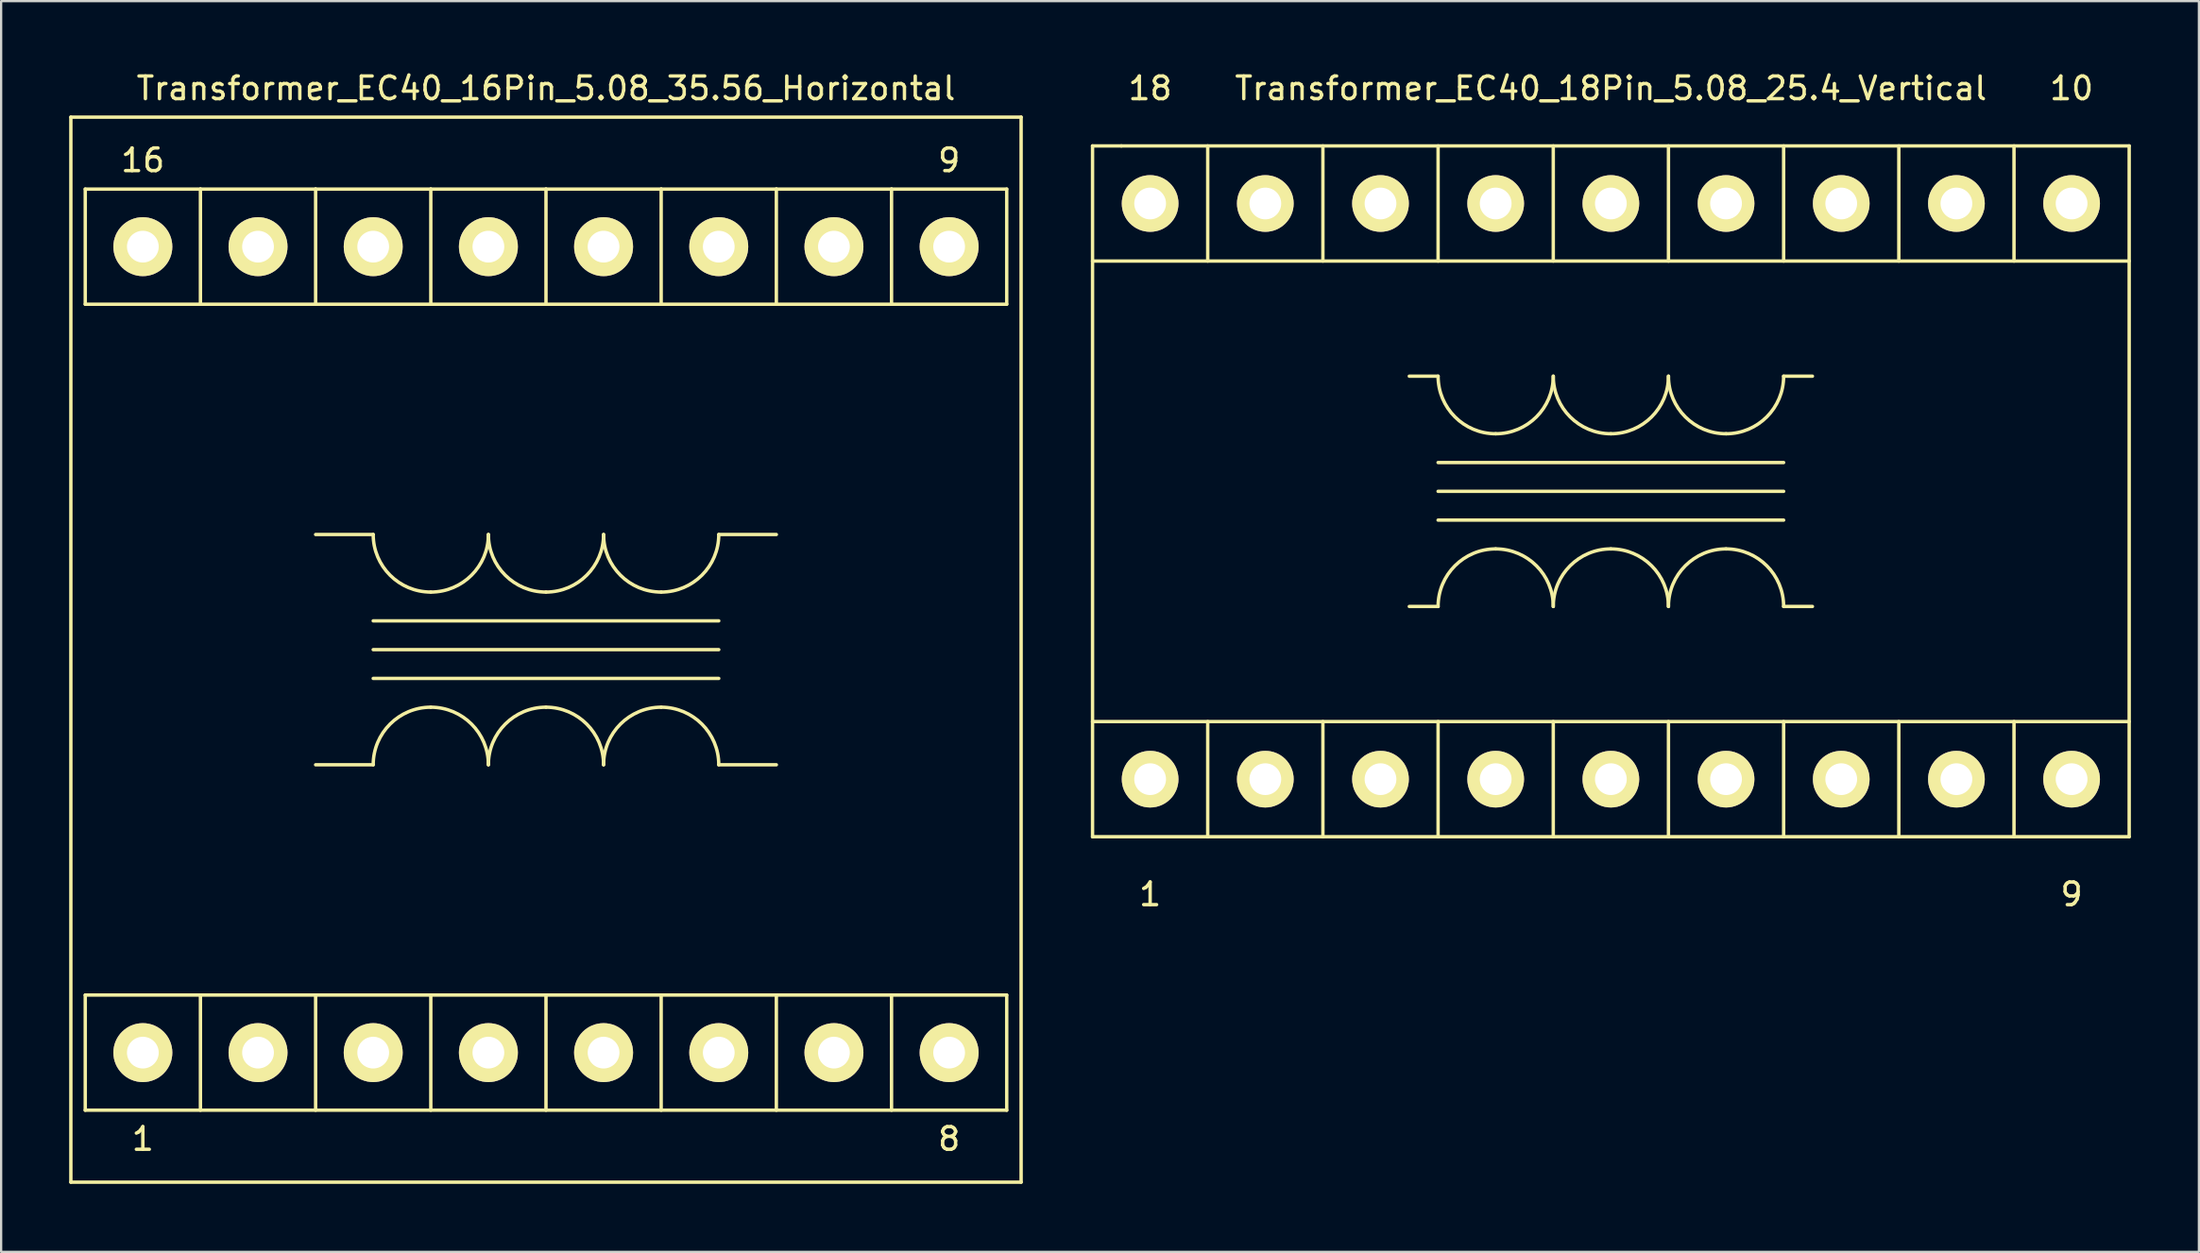
<source format=kicad_pcb>
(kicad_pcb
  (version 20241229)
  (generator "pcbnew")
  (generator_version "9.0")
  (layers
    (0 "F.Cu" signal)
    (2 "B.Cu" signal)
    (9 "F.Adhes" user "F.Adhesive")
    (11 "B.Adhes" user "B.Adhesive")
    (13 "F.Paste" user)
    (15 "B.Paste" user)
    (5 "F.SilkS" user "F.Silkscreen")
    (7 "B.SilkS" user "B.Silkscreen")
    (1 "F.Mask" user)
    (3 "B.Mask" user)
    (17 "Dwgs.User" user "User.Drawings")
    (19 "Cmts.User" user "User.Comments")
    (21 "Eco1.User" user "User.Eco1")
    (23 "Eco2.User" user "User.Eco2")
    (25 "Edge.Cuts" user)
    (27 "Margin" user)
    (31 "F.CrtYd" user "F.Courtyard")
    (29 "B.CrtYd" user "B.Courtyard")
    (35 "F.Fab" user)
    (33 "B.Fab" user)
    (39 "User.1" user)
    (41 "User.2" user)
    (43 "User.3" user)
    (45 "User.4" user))
  (footprint "Transformer_EC40_16Pin_5.08_35.56_Horizontal"
    (layer "F.Cu")
    (at 21.03 25.613)
    (property "Reference" "Transformer_EC40_16Pin_5.08_35.56_Horizontal" (at 0 -24.765 0) (layer "F.SilkS") (effects (font (size 1 1) (thickness 0.15))))
    (attr through_hole)
    (fp_line (start -20.955 -23.495) (end 20.955 -23.495) (stroke (width 0.15) (type solid)) (layer "F.SilkS"))
    (fp_line (start -20.955 23.495) (end -20.955 -23.495) (stroke (width 0.15) (type solid)) (layer "F.SilkS"))
    (fp_line (start -20.32 -20.32) (end -15.24 -20.32) (stroke (width 0.15) (type solid)) (layer "F.SilkS"))
    (fp_line (start -20.32 -15.24) (end -20.32 -20.32) (stroke (width 0.15) (type solid)) (layer "F.SilkS"))
    (fp_line (start -20.32 15.24) (end 20.32 15.24) (stroke (width 0.15) (type solid)) (layer "F.SilkS"))
    (fp_line (start -20.32 20.32) (end -20.32 15.24) (stroke (width 0.15) (type solid)) (layer "F.SilkS"))
    (fp_line (start -20.32 20.32) (end 20.32 20.32) (stroke (width 0.15) (type solid)) (layer "F.SilkS"))
    (fp_line (start -15.24 -20.32) (end -15.24 -15.24) (stroke (width 0.15) (type solid)) (layer "F.SilkS"))
    (fp_line (start -15.24 -20.32) (end -10.16 -20.32) (stroke (width 0.15) (type solid)) (layer "F.SilkS"))
    (fp_line (start -15.24 15.24) (end -15.24 20.32) (stroke (width 0.15) (type solid)) (layer "F.SilkS"))
    (fp_line (start -10.16 -20.32) (end -10.16 -15.24) (stroke (width 0.15) (type solid)) (layer "F.SilkS"))
    (fp_line (start -10.16 -20.32) (end -5.08 -20.32) (stroke (width 0.15) (type solid)) (layer "F.SilkS"))
    (fp_line (start -10.16 -5.08) (end -7.62 -5.08) (stroke (width 0.15) (type solid)) (layer "F.SilkS"))
    (fp_line (start -10.16 5.08) (end -7.62 5.08) (stroke (width 0.15) (type solid)) (layer "F.SilkS"))
    (fp_line (start -10.16 15.24) (end -10.16 20.32) (stroke (width 0.15) (type solid)) (layer "F.SilkS"))
    (fp_line (start -7.62 -1.27) (end 7.62 -1.27) (stroke (width 0.15) (type solid)) (layer "F.SilkS"))
    (fp_line (start -7.62 0) (end 7.62 0) (stroke (width 0.15) (type solid)) (layer "F.SilkS"))
    (fp_line (start -7.62 1.27) (end 7.62 1.27) (stroke (width 0.15) (type solid)) (layer "F.SilkS"))
    (fp_line (start -5.08 -20.32) (end -5.08 -15.24) (stroke (width 0.15) (type solid)) (layer "F.SilkS"))
    (fp_line (start -5.08 -20.32) (end 0 -20.32) (stroke (width 0.15) (type solid)) (layer "F.SilkS"))
    (fp_line (start -5.08 15.24) (end -5.08 20.32) (stroke (width 0.15) (type solid)) (layer "F.SilkS"))
    (fp_line (start 0 -20.32) (end 0 -15.24) (stroke (width 0.15) (type solid)) (layer "F.SilkS"))
    (fp_line (start 0 -20.32) (end 5.08 -20.32) (stroke (width 0.15) (type solid)) (layer "F.SilkS"))
    (fp_line (start 0 15.24) (end 0 20.32) (stroke (width 0.15) (type solid)) (layer "F.SilkS"))
    (fp_line (start 5.08 -20.32) (end 5.08 -15.24) (stroke (width 0.15) (type solid)) (layer "F.SilkS"))
    (fp_line (start 5.08 -20.32) (end 10.16 -20.32) (stroke (width 0.15) (type solid)) (layer "F.SilkS"))
    (fp_line (start 5.08 15.24) (end 5.08 20.32) (stroke (width 0.15) (type solid)) (layer "F.SilkS"))
    (fp_line (start 7.62 -5.08) (end 10.16 -5.08) (stroke (width 0.15) (type solid)) (layer "F.SilkS"))
    (fp_line (start 7.62 5.08) (end 10.16 5.08) (stroke (width 0.15) (type solid)) (layer "F.SilkS"))
    (fp_line (start 10.16 -20.32) (end 10.16 -15.24) (stroke (width 0.15) (type solid)) (layer "F.SilkS"))
    (fp_line (start 10.16 -20.32) (end 15.24 -20.32) (stroke (width 0.15) (type solid)) (layer "F.SilkS"))
    (fp_line (start 10.16 15.24) (end 10.16 20.32) (stroke (width 0.15) (type solid)) (layer "F.SilkS"))
    (fp_line (start 15.24 -20.32) (end 15.24 -15.24) (stroke (width 0.15) (type solid)) (layer "F.SilkS"))
    (fp_line (start 15.24 -20.32) (end 20.32 -20.32) (stroke (width 0.15) (type solid)) (layer "F.SilkS"))
    (fp_line (start 15.24 15.24) (end 15.24 20.32) (stroke (width 0.15) (type solid)) (layer "F.SilkS"))
    (fp_line (start 20.32 -20.32) (end 20.32 -15.24) (stroke (width 0.15) (type solid)) (layer "F.SilkS"))
    (fp_line (start 20.32 -15.24) (end -20.32 -15.24) (stroke (width 0.15) (type solid)) (layer "F.SilkS"))
    (fp_line (start 20.32 20.32) (end 20.32 15.24) (stroke (width 0.15) (type solid)) (layer "F.SilkS"))
    (fp_line (start 20.955 -23.495) (end 20.955 23.495) (stroke (width 0.15) (type solid)) (layer "F.SilkS"))
    (fp_line (start 20.955 23.495) (end -20.955 23.495) (stroke (width 0.15) (type solid)) (layer "F.SilkS"))
    (fp_arc (start -7.62 5.08) (mid -6.876051 3.283949) (end -5.08 2.54) (stroke (width 0.15) (type solid)) (layer "F.SilkS"))
    (fp_arc (start -5.08 -2.54) (mid -6.876051 -3.283949) (end -7.62 -5.08) (stroke (width 0.15) (type solid)) (layer "F.SilkS"))
    (fp_arc (start -5.08 2.54) (mid -3.283949 3.283949) (end -2.54 5.08) (stroke (width 0.15) (type solid)) (layer "F.SilkS"))
    (fp_arc (start -2.54 -5.08) (mid -3.283949 -3.283949) (end -5.08 -2.54) (stroke (width 0.15) (type solid)) (layer "F.SilkS"))
    (fp_arc (start -2.54 5.08) (mid -1.796051 3.283949) (end 0 2.54) (stroke (width 0.15) (type solid)) (layer "F.SilkS"))
    (fp_arc (start 0 -2.54) (mid -1.796051 -3.283949) (end -2.54 -5.08) (stroke (width 0.15) (type solid)) (layer "F.SilkS"))
    (fp_arc (start 0 2.54) (mid 1.796051 3.283949) (end 2.54 5.08) (stroke (width 0.15) (type solid)) (layer "F.SilkS"))
    (fp_arc (start 2.54 -5.08) (mid 1.796051 -3.283949) (end 0 -2.54) (stroke (width 0.15) (type solid)) (layer "F.SilkS"))
    (fp_arc (start 2.54 5.08) (mid 3.283949 3.283949) (end 5.08 2.54) (stroke (width 0.15) (type solid)) (layer "F.SilkS"))
    (fp_arc (start 5.08 -2.54) (mid 3.283949 -3.283949) (end 2.54 -5.08) (stroke (width 0.15) (type solid)) (layer "F.SilkS"))
    (fp_arc (start 5.08 2.54) (mid 6.876051 3.283949) (end 7.62 5.08) (stroke (width 0.15) (type solid)) (layer "F.SilkS"))
    (fp_arc (start 7.62 -5.08) (mid 6.876051 -3.283949) (end 5.08 -2.54) (stroke (width 0.15) (type solid)) (layer "F.SilkS"))
    (fp_text user "8" (at 17.78 21.59 0) (layer "F.SilkS") (effects (font (size 1 1) (thickness 0.15))))
    (fp_text user "1" (at -17.78 21.59 0) (layer "F.SilkS") (effects (font (size 1 1) (thickness 0.15))))
    (fp_text user "9" (at 17.78 -21.59 0) (layer "F.SilkS") (effects (font (size 1 1) (thickness 0.15))))
    (fp_text user "16" (at -17.78 -21.59 0) (layer "F.SilkS") (effects (font (size 1 1) (thickness 0.15))))
    (pad "1" thru_hole circle (at -17.78 17.78) (size 2.6 2.6) (drill 1.4) (layers "*.Cu" "*.Mask" "F.SilkS"))
    (pad "2" thru_hole circle (at -12.7 17.78) (size 2.6 2.6) (drill 1.4) (layers "*.Cu" "*.Mask" "F.SilkS"))
    (pad "3" thru_hole circle (at -7.62 17.78) (size 2.6 2.6) (drill 1.4) (layers "*.Cu" "*.Mask" "F.SilkS"))
    (pad "4" thru_hole circle (at -2.54 17.78) (size 2.6 2.6) (drill 1.4) (layers "*.Cu" "*.Mask" "F.SilkS"))
    (pad "5" thru_hole circle (at 2.54 17.78) (size 2.6 2.6) (drill 1.4) (layers "*.Cu" "*.Mask" "F.SilkS"))
    (pad "6" thru_hole circle (at 7.62 17.78) (size 2.6 2.6) (drill 1.4) (layers "*.Cu" "*.Mask" "F.SilkS"))
    (pad "7" thru_hole circle (at 12.7 17.78) (size 2.6 2.6) (drill 1.4) (layers "*.Cu" "*.Mask" "F.SilkS"))
    (pad "8" thru_hole circle (at 17.78 17.78) (size 2.6 2.6) (drill 1.4) (layers "*.Cu" "*.Mask" "F.SilkS"))
    (pad "9" thru_hole circle (at 17.78 -17.78) (size 2.6 2.6) (drill 1.4) (layers "*.Cu" "*.Mask" "F.SilkS"))
    (pad "10" thru_hole circle (at 12.7 -17.78) (size 2.6 2.6) (drill 1.4) (layers "*.Cu" "*.Mask" "F.SilkS"))
    (pad "11" thru_hole circle (at 7.62 -17.78) (size 2.6 2.6) (drill 1.4) (layers "*.Cu" "*.Mask" "F.SilkS"))
    (pad "12" thru_hole circle (at 2.54 -17.78) (size 2.6 2.6) (drill 1.4) (layers "*.Cu" "*.Mask" "F.SilkS"))
    (pad "13" thru_hole circle (at -2.54 -17.78) (size 2.6 2.6) (drill 1.4) (layers "*.Cu" "*.Mask" "F.SilkS"))
    (pad "14" thru_hole circle (at -7.62 -17.78) (size 2.6 2.6) (drill 1.4) (layers "*.Cu" "*.Mask" "F.SilkS"))
    (pad "15" thru_hole circle (at -12.7 -17.78) (size 2.6 2.6) (drill 1.4) (layers "*.Cu" "*.Mask" "F.SilkS"))
    (pad "16" thru_hole circle (at -17.78 -17.78) (size 2.6 2.6) (drill 1.4) (layers "*.Cu" "*.Mask" "F.SilkS")))
  (footprint "Transformer_EC40_18Pin_5.08_25.4_Vertical"
    (layer "F.Cu")
    (at 67.995 18.628)
    (property "Reference" "Transformer_EC40_18Pin_5.08_25.4_Vertical" (at 0 -17.78 0) (layer "F.SilkS") (effects (font (size 1 1) (thickness 0.15))))
    (attr through_hole)
    (fp_line (start -22.86 -15.24) (end -22.86 15.24) (stroke (width 0.15) (type solid)) (layer "F.SilkS"))
    (fp_line (start -22.86 10.16) (end 22.86 10.16) (stroke (width 0.15) (type solid)) (layer "F.SilkS"))
    (fp_line (start -22.86 15.24) (end 22.86 15.24) (stroke (width 0.15) (type solid)) (layer "F.SilkS"))
    (fp_line (start -21.59 -15.24) (end -22.86 -15.24) (stroke (width 0.15) (type solid)) (layer "F.SilkS"))
    (fp_line (start -17.78 -15.24) (end -17.78 -10.16) (stroke (width 0.15) (type solid)) (layer "F.SilkS"))
    (fp_line (start -17.78 15.24) (end -17.78 10.16) (stroke (width 0.15) (type solid)) (layer "F.SilkS"))
    (fp_line (start -12.7 -15.24) (end -12.7 -10.16) (stroke (width 0.15) (type solid)) (layer "F.SilkS"))
    (fp_line (start -12.7 15.24) (end -12.7 10.16) (stroke (width 0.15) (type solid)) (layer "F.SilkS"))
    (fp_line (start -7.62 -15.24) (end -7.62 -10.16) (stroke (width 0.15) (type solid)) (layer "F.SilkS"))
    (fp_line (start -7.62 -5.08) (end -8.89 -5.08) (stroke (width 0.15) (type solid)) (layer "F.SilkS"))
    (fp_line (start -7.62 -1.27) (end 7.62 -1.27) (stroke (width 0.15) (type solid)) (layer "F.SilkS"))
    (fp_line (start -7.62 0) (end 7.62 0) (stroke (width 0.15) (type solid)) (layer "F.SilkS"))
    (fp_line (start -7.62 1.27) (end 7.62 1.27) (stroke (width 0.15) (type solid)) (layer "F.SilkS"))
    (fp_line (start -7.62 5.08) (end -8.89 5.08) (stroke (width 0.15) (type solid)) (layer "F.SilkS"))
    (fp_line (start -7.62 15.24) (end -7.62 10.16) (stroke (width 0.15) (type solid)) (layer "F.SilkS"))
    (fp_line (start -2.54 -15.24) (end -2.54 -10.16) (stroke (width 0.15) (type solid)) (layer "F.SilkS"))
    (fp_line (start -2.54 15.24) (end -2.54 10.16) (stroke (width 0.15) (type solid)) (layer "F.SilkS"))
    (fp_line (start 2.54 -15.24) (end 2.54 -10.16) (stroke (width 0.15) (type solid)) (layer "F.SilkS"))
    (fp_line (start 2.54 15.24) (end 2.54 10.16) (stroke (width 0.15) (type solid)) (layer "F.SilkS"))
    (fp_line (start 7.62 -15.24) (end 7.62 -10.16) (stroke (width 0.15) (type solid)) (layer "F.SilkS"))
    (fp_line (start 7.62 -5.08) (end 8.89 -5.08) (stroke (width 0.15) (type solid)) (layer "F.SilkS"))
    (fp_line (start 7.62 5.08) (end 8.89 5.08) (stroke (width 0.15) (type solid)) (layer "F.SilkS"))
    (fp_line (start 7.62 15.24) (end 7.62 10.16) (stroke (width 0.15) (type solid)) (layer "F.SilkS"))
    (fp_line (start 12.7 -15.24) (end 12.7 -10.16) (stroke (width 0.15) (type solid)) (layer "F.SilkS"))
    (fp_line (start 12.7 15.24) (end 12.7 10.16) (stroke (width 0.15) (type solid)) (layer "F.SilkS"))
    (fp_line (start 17.78 -15.24) (end 17.78 -10.16) (stroke (width 0.15) (type solid)) (layer "F.SilkS"))
    (fp_line (start 17.78 15.24) (end 17.78 10.16) (stroke (width 0.15) (type solid)) (layer "F.SilkS"))
    (fp_line (start 22.86 -15.24) (end -21.59 -15.24) (stroke (width 0.15) (type solid)) (layer "F.SilkS"))
    (fp_line (start 22.86 -10.16) (end -22.86 -10.16) (stroke (width 0.15) (type solid)) (layer "F.SilkS"))
    (fp_line (start 22.86 15.24) (end 22.86 -15.24) (stroke (width 0.15) (type solid)) (layer "F.SilkS"))
    (fp_arc (start -7.62 5.08) (mid -6.876051 3.283949) (end -5.08 2.54) (stroke (width 0.15) (type solid)) (layer "F.SilkS"))
    (fp_arc (start -5.08 -2.54) (mid -6.876051 -3.283949) (end -7.62 -5.08) (stroke (width 0.15) (type solid)) (layer "F.SilkS"))
    (fp_arc (start -5.08 2.54) (mid -3.283949 3.283949) (end -2.54 5.08) (stroke (width 0.15) (type solid)) (layer "F.SilkS"))
    (fp_arc (start -2.54 -5.08) (mid -3.283949 -3.283949) (end -5.08 -2.54) (stroke (width 0.15) (type solid)) (layer "F.SilkS"))
    (fp_arc (start -2.54 5.08) (mid -1.796051 3.283949) (end 0 2.54) (stroke (width 0.15) (type solid)) (layer "F.SilkS"))
    (fp_arc (start 0 -2.54) (mid -1.796051 -3.283949) (end -2.54 -5.08) (stroke (width 0.15) (type solid)) (layer "F.SilkS"))
    (fp_arc (start 0 2.54) (mid 1.796051 3.283949) (end 2.54 5.08) (stroke (width 0.15) (type solid)) (layer "F.SilkS"))
    (fp_arc (start 2.54 -5.08) (mid 1.796051 -3.283949) (end 0 -2.54) (stroke (width 0.15) (type solid)) (layer "F.SilkS"))
    (fp_arc (start 2.54 5.08) (mid 3.283949 3.283949) (end 5.08 2.54) (stroke (width 0.15) (type solid)) (layer "F.SilkS"))
    (fp_arc (start 5.08 -2.54) (mid 3.283949 -3.283949) (end 2.54 -5.08) (stroke (width 0.15) (type solid)) (layer "F.SilkS"))
    (fp_arc (start 5.08 2.54) (mid 6.876051 3.283949) (end 7.62 5.08) (stroke (width 0.15) (type solid)) (layer "F.SilkS"))
    (fp_arc (start 7.62 -5.08) (mid 6.876051 -3.283949) (end 5.08 -2.54) (stroke (width 0.15) (type solid)) (layer "F.SilkS"))
    (fp_text user "1" (at -20.32 17.78 0) (layer "F.SilkS") (effects (font (size 1 1) (thickness 0.15))))
    (fp_text user "10" (at 20.32 -17.78 0) (layer "F.SilkS") (effects (font (size 1 1) (thickness 0.15))))
    (fp_text user "18" (at -20.32 -17.78 0) (layer "F.SilkS") (effects (font (size 1 1) (thickness 0.15))))
    (fp_text user "9" (at 20.32 17.78 0) (layer "F.SilkS") (effects (font (size 1 1) (thickness 0.15))))
    (pad "1" thru_hole circle (at -20.32 12.7) (size 2.5 2.5) (drill 1.4) (layers "*.Cu" "*.Mask" "F.SilkS"))
    (pad "2" thru_hole circle (at -15.24 12.7) (size 2.5 2.5) (drill 1.4) (layers "*.Cu" "*.Mask" "F.SilkS"))
    (pad "3" thru_hole circle (at -10.16 12.7) (size 2.5 2.5) (drill 1.4) (layers "*.Cu" "*.Mask" "F.SilkS"))
    (pad "4" thru_hole circle (at -5.08 12.7) (size 2.5 2.5) (drill 1.4) (layers "*.Cu" "*.Mask" "F.SilkS"))
    (pad "5" thru_hole circle (at 0 12.7) (size 2.5 2.5) (drill 1.4) (layers "*.Cu" "*.Mask" "F.SilkS"))
    (pad "6" thru_hole circle (at 5.08 12.7) (size 2.5 2.5) (drill 1.4) (layers "*.Cu" "*.Mask" "F.SilkS"))
    (pad "7" thru_hole circle (at 10.16 12.7) (size 2.5 2.5) (drill 1.4) (layers "*.Cu" "*.Mask" "F.SilkS"))
    (pad "8" thru_hole circle (at 15.24 12.7) (size 2.5 2.5) (drill 1.4) (layers "*.Cu" "*.Mask" "F.SilkS"))
    (pad "9" thru_hole circle (at 20.32 12.7) (size 2.5 2.5) (drill 1.4) (layers "*.Cu" "*.Mask" "F.SilkS"))
    (pad "10" thru_hole circle (at 20.32 -12.7) (size 2.5 2.5) (drill 1.4) (layers "*.Cu" "*.Mask" "F.SilkS"))
    (pad "11" thru_hole circle (at 15.24 -12.7) (size 2.5 2.5) (drill 1.4) (layers "*.Cu" "*.Mask" "F.SilkS"))
    (pad "12" thru_hole circle (at 10.16 -12.7) (size 2.5 2.5) (drill 1.4) (layers "*.Cu" "*.Mask" "F.SilkS"))
    (pad "13" thru_hole circle (at 5.08 -12.7) (size 2.5 2.5) (drill 1.4) (layers "*.Cu" "*.Mask" "F.SilkS"))
    (pad "14" thru_hole circle (at 0 -12.7) (size 2.5 2.5) (drill 1.4) (layers "*.Cu" "*.Mask" "F.SilkS"))
    (pad "15" thru_hole circle (at -5.08 -12.7) (size 2.5 2.5) (drill 1.4) (layers "*.Cu" "*.Mask" "F.SilkS"))
    (pad "16" thru_hole circle (at -10.16 -12.7) (size 2.5 2.5) (drill 1.4) (layers "*.Cu" "*.Mask" "F.SilkS"))
    (pad "17" thru_hole circle (at -15.24 -12.7) (size 2.5 2.5) (drill 1.4) (layers "*.Cu" "*.Mask" "F.SilkS"))
    (pad "18" thru_hole circle (at -20.32 -12.7) (size 2.5 2.5) (drill 1.4) (layers "*.Cu" "*.Mask" "F.SilkS")))
  (gr_rect
    (start -3 -3)
    (end 93.93 52.183)
    (stroke (width 0.1) (type default))
    (fill no)
    (layer "Edge.Cuts")))
</source>
